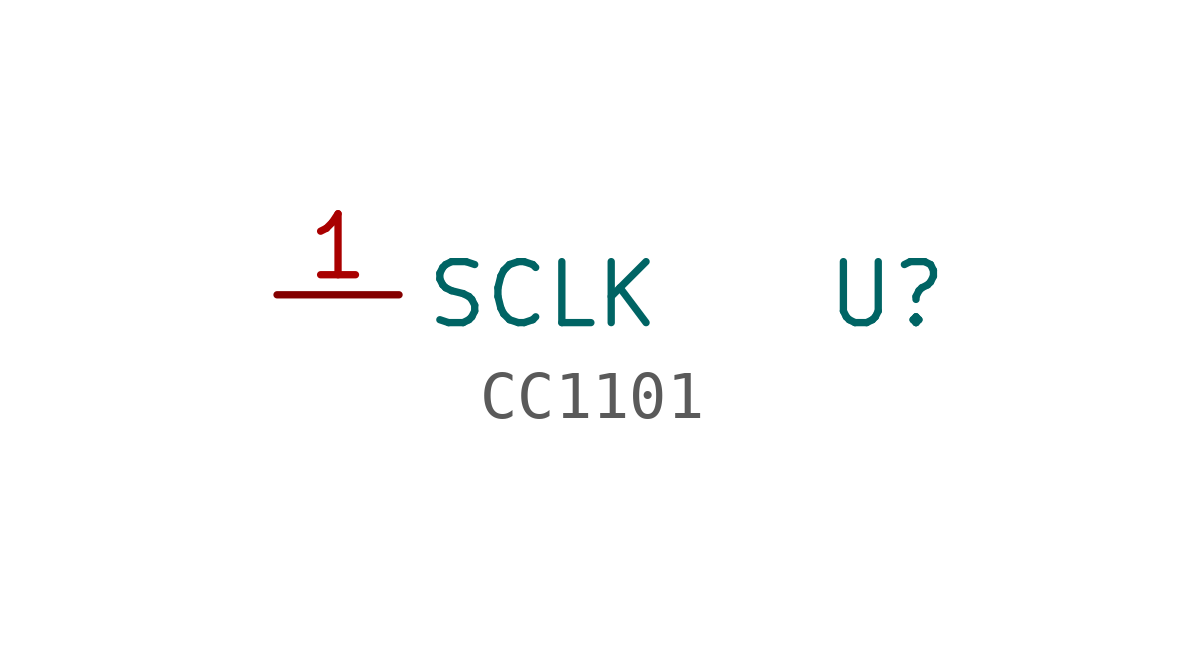
<source format=kicad_sym>
(kicad_symbol_lib
  (version 20220914)
  (generator kicad_symbol_editor)
  (symbol "CC1101"
    (property "Reference" "U"
      (at 0 0 0)
      (effects (font (size 1.27 1.27))))
    (property "Value" ""
      (at 0 0 0)
      (effects (font (size 1.27 1.27))))
    (symbol "CC1101_1_1"
      (pin input line (at -12.7 0 0) (length 2.54) (name "SCLK" (effects (font (size 1.27 1.27)))) (number "1" (effects (font (size 1.27 1.27))))))))
</source>
